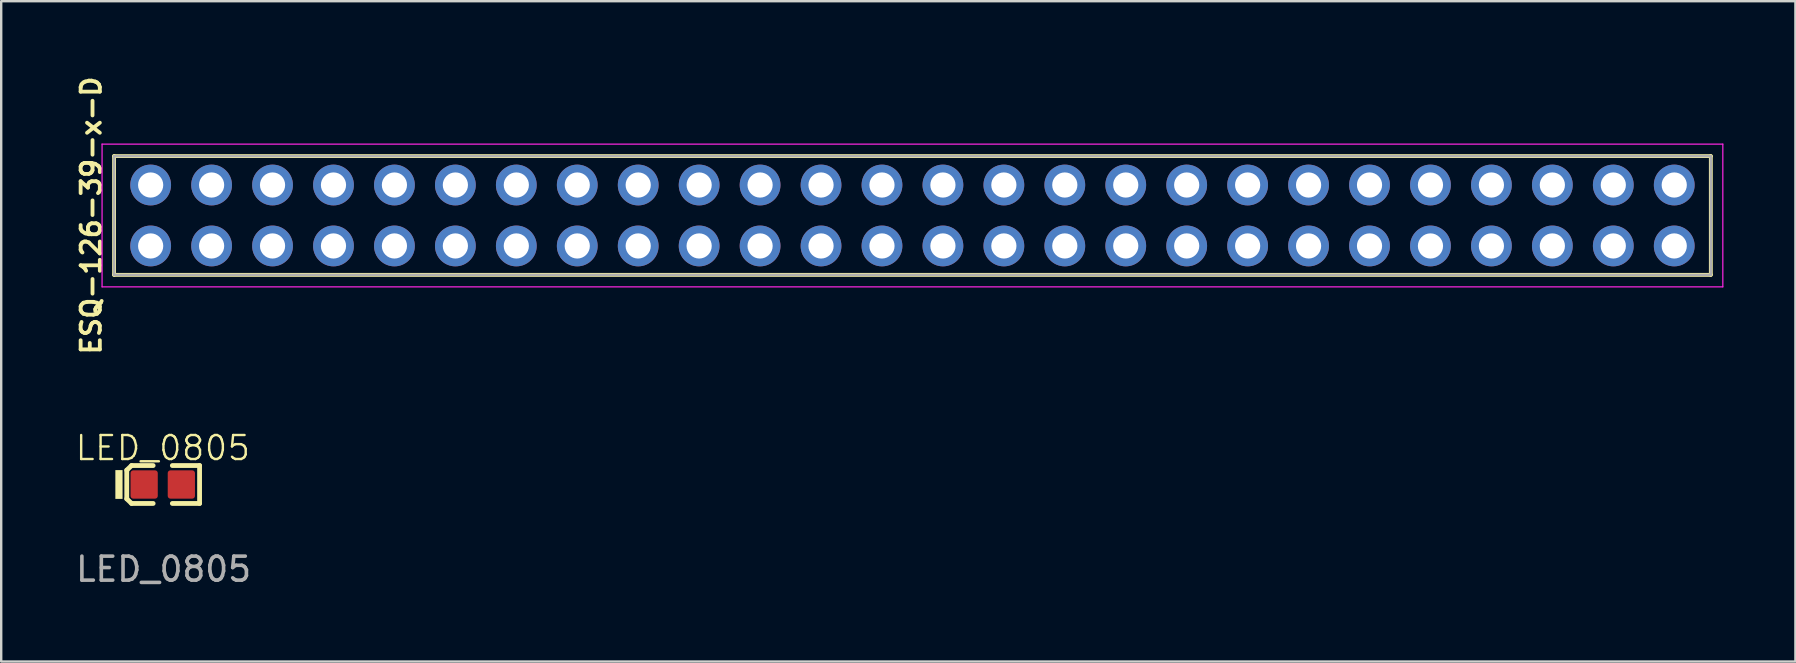
<source format=kicad_pcb>
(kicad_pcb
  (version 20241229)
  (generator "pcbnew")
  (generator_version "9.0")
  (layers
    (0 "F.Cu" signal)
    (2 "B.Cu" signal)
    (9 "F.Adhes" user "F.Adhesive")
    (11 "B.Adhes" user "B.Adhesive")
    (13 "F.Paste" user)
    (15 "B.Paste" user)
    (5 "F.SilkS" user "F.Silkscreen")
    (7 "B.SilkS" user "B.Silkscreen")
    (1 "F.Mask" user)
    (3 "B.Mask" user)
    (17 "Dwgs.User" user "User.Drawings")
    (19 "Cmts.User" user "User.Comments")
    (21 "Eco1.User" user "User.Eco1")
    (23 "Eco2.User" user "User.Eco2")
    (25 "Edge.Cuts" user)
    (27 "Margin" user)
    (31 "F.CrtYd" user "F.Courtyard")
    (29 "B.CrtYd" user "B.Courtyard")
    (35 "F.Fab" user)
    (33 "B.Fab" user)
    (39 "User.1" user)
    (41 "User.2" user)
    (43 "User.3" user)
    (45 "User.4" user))
  (footprint "LED_0805"
    (layer "F.Cu")
    (at 3.738 17.143)
    (property "Reference" "LED_0805" (at 0 -1.52 0) (unlocked yes) (layer "F.SilkS") (effects (font (size 1 1) (thickness 0.1))))
    (attr smd)
    (fp_line (start -1.505 -0.597) (end -1.305 -0.79) (stroke (width 0.2) (type solid)) (layer "F.SilkS"))
    (fp_line (start -1.505 0.597) (end -1.505 -0.597) (stroke (width 0.2) (type solid)) (layer "F.SilkS"))
    (fp_line (start -1.505 0.597) (end -1.305 0.79) (stroke (width 0.2) (type solid)) (layer "F.SilkS"))
    (fp_line (start -1.305 -0.79) (end -0.405 -0.79) (stroke (width 0.2) (type solid)) (layer "F.SilkS"))
    (fp_line (start -1.305 0.79) (end -0.405 0.79) (stroke (width 0.2) (type solid)) (layer "F.SilkS"))
    (fp_line (start 0.395 -0.79) (end 1.53 -0.79) (stroke (width 0.2) (type solid)) (layer "F.SilkS"))
    (fp_line (start 0.395 0.79) (end 1.53 0.79) (stroke (width 0.2) (type solid)) (layer "F.SilkS"))
    (fp_line (start 1.53 0.79) (end 1.53 -0.79) (stroke (width 0.2) (type solid)) (layer "F.SilkS"))
    (fp_poly (pts (xy -1.98 0.6) (xy -1.68 0.6) (xy -1.68 -0.6) (xy -1.98 -0.6)) (stroke (width 0) (type solid)) (fill yes) (layer "F.SilkS"))
    (fp_text user "${REFERENCE}" (at 0.03 3.53 0) (unlocked yes) (layer "F.Fab") (effects (font (size 1 1) (thickness 0.15))))
    (pad "1" smd roundrect (at -0.78 0) (size 1.135 1.18) (layers "F.Cu" "F.Mask" "F.Paste") (roundrect_rratio 0.1))
    (pad "2" smd roundrect (at 0.77 0) (size 1.135 1.18) (layers "F.Cu" "F.Mask" "F.Paste") (roundrect_rratio 0.1)))
  (footprint "ESQ-126-39-x-D"
    (layer "F.Cu")
    (at 3.229 7.201)
    (property "Reference" "ESQ-126-39-x-D" (at -2.48 -1.27 90) (layer "F.SilkS") (effects (font (size 0.8 0.8) (thickness 0.16))))
    (attr through_hole)
    (fp_line (start -1.525 -3.745) (end -1.525 1.205) (stroke (width 0.16) (type solid)) (layer "F.SilkS"))
    (fp_line (start -1.525 -3.745) (end 65.025 -3.745) (stroke (width 0.16) (type solid)) (layer "F.SilkS"))
    (fp_line (start -1.525 1.205) (end 65.025 1.205) (stroke (width 0.16) (type solid)) (layer "F.SilkS"))
    (fp_line (start 65.025 -3.745) (end 65.025 1.205) (stroke (width 0.16) (type solid)) (layer "F.SilkS"))
    (fp_line (start -2.025 -4.245) (end -2.025 1.705) (stroke (width 0.05) (type solid)) (layer "F.CrtYd"))
    (fp_line (start -2.025 -4.245) (end 65.525 -4.245) (stroke (width 0.05) (type solid)) (layer "F.CrtYd"))
    (fp_line (start 65.525 1.705) (end -2.025 1.705) (stroke (width 0.05) (type solid)) (layer "F.CrtYd"))
    (fp_line (start 65.525 1.705) (end 65.525 -4.245) (stroke (width 0.05) (type solid)) (layer "F.CrtYd"))
    (fp_line (start -1.525 -3.745) (end 65.025 -3.745) (stroke (width 0.1) (type solid)) (layer "F.Fab"))
    (fp_line (start -1.525 1.205) (end -1.525 -3.745) (stroke (width 0.1) (type solid)) (layer "F.Fab"))
    (fp_line (start 65.025 -3.745) (end 65.025 1.205) (stroke (width 0.1) (type solid)) (layer "F.Fab"))
    (fp_line (start 65.025 1.205) (end -1.525 1.205) (stroke (width 0.1) (type solid)) (layer "F.Fab"))
    (pad "1" thru_hole circle (at 0 0) (size 1.7 1.7) (drill 1.05) (layers "*.Cu" "*.Mask"))
    (pad "2" thru_hole circle (at 0 -2.54) (size 1.7 1.7) (drill 1.05) (layers "*.Cu" "*.Mask"))
    (pad "3" thru_hole circle (at 2.54 0) (size 1.7 1.7) (drill 1.05) (layers "*.Cu" "*.Mask"))
    (pad "4" thru_hole circle (at 2.54 -2.54) (size 1.7 1.7) (drill 1.05) (layers "*.Cu" "*.Mask"))
    (pad "5" thru_hole circle (at 5.08 0) (size 1.7 1.7) (drill 1.05) (layers "*.Cu" "*.Mask"))
    (pad "6" thru_hole circle (at 5.08 -2.54) (size 1.7 1.7) (drill 1.05) (layers "*.Cu" "*.Mask"))
    (pad "7" thru_hole circle (at 7.62 0) (size 1.7 1.7) (drill 1.05) (layers "*.Cu" "*.Mask"))
    (pad "8" thru_hole circle (at 7.62 -2.54) (size 1.7 1.7) (drill 1.05) (layers "*.Cu" "*.Mask"))
    (pad "9" thru_hole circle (at 10.16 0) (size 1.7 1.7) (drill 1.05) (layers "*.Cu" "*.Mask"))
    (pad "10" thru_hole circle (at 10.16 -2.54) (size 1.7 1.7) (drill 1.05) (layers "*.Cu" "*.Mask"))
    (pad "11" thru_hole circle (at 12.7 0) (size 1.7 1.7) (drill 1.05) (layers "*.Cu" "*.Mask"))
    (pad "12" thru_hole circle (at 12.7 -2.54) (size 1.7 1.7) (drill 1.05) (layers "*.Cu" "*.Mask"))
    (pad "13" thru_hole circle (at 15.24 0) (size 1.7 1.7) (drill 1.05) (layers "*.Cu" "*.Mask"))
    (pad "14" thru_hole circle (at 15.24 -2.54) (size 1.7 1.7) (drill 1.05) (layers "*.Cu" "*.Mask"))
    (pad "15" thru_hole circle (at 17.78 0) (size 1.7 1.7) (drill 1.05) (layers "*.Cu" "*.Mask"))
    (pad "16" thru_hole circle (at 17.78 -2.54) (size 1.7 1.7) (drill 1.05) (layers "*.Cu" "*.Mask"))
    (pad "17" thru_hole circle (at 20.32 0) (size 1.7 1.7) (drill 1.05) (layers "*.Cu" "*.Mask"))
    (pad "18" thru_hole circle (at 20.32 -2.54) (size 1.7 1.7) (drill 1.05) (layers "*.Cu" "*.Mask"))
    (pad "19" thru_hole circle (at 22.86 0) (size 1.7 1.7) (drill 1.05) (layers "*.Cu" "*.Mask"))
    (pad "20" thru_hole circle (at 22.86 -2.54) (size 1.7 1.7) (drill 1.05) (layers "*.Cu" "*.Mask"))
    (pad "21" thru_hole circle (at 25.4 0) (size 1.7 1.7) (drill 1.05) (layers "*.Cu" "*.Mask"))
    (pad "22" thru_hole circle (at 25.4 -2.54) (size 1.7 1.7) (drill 1.05) (layers "*.Cu" "*.Mask"))
    (pad "23" thru_hole circle (at 27.94 0) (size 1.7 1.7) (drill 1.05) (layers "*.Cu" "*.Mask"))
    (pad "24" thru_hole circle (at 27.94 -2.54) (size 1.7 1.7) (drill 1.05) (layers "*.Cu" "*.Mask"))
    (pad "25" thru_hole circle (at 30.48 0) (size 1.7 1.7) (drill 1.05) (layers "*.Cu" "*.Mask"))
    (pad "26" thru_hole circle (at 30.48 -2.54) (size 1.7 1.7) (drill 1.05) (layers "*.Cu" "*.Mask"))
    (pad "27" thru_hole circle (at 33.02 0) (size 1.7 1.7) (drill 1.05) (layers "*.Cu" "*.Mask"))
    (pad "28" thru_hole circle (at 33.02 -2.54) (size 1.7 1.7) (drill 1.05) (layers "*.Cu" "*.Mask"))
    (pad "29" thru_hole circle (at 35.56 0) (size 1.7 1.7) (drill 1.05) (layers "*.Cu" "*.Mask"))
    (pad "30" thru_hole circle (at 35.56 -2.54) (size 1.7 1.7) (drill 1.05) (layers "*.Cu" "*.Mask"))
    (pad "31" thru_hole circle (at 38.1 0) (size 1.7 1.7) (drill 1.05) (layers "*.Cu" "*.Mask"))
    (pad "32" thru_hole circle (at 38.1 -2.54) (size 1.7 1.7) (drill 1.05) (layers "*.Cu" "*.Mask"))
    (pad "33" thru_hole circle (at 40.64 0) (size 1.7 1.7) (drill 1.05) (layers "*.Cu" "*.Mask"))
    (pad "34" thru_hole circle (at 40.64 -2.54) (size 1.7 1.7) (drill 1.05) (layers "*.Cu" "*.Mask"))
    (pad "35" thru_hole circle (at 43.18 0) (size 1.7 1.7) (drill 1.05) (layers "*.Cu" "*.Mask"))
    (pad "36" thru_hole circle (at 43.18 -2.54) (size 1.7 1.7) (drill 1.05) (layers "*.Cu" "*.Mask"))
    (pad "37" thru_hole circle (at 45.72 0) (size 1.7 1.7) (drill 1.05) (layers "*.Cu" "*.Mask"))
    (pad "38" thru_hole circle (at 45.72 -2.54) (size 1.7 1.7) (drill 1.05) (layers "*.Cu" "*.Mask"))
    (pad "39" thru_hole circle (at 48.26 0) (size 1.7 1.7) (drill 1.05) (layers "*.Cu" "*.Mask"))
    (pad "40" thru_hole circle (at 48.26 -2.54) (size 1.7 1.7) (drill 1.05) (layers "*.Cu" "*.Mask"))
    (pad "41" thru_hole circle (at 50.8 0) (size 1.7 1.7) (drill 1.05) (layers "*.Cu" "*.Mask"))
    (pad "42" thru_hole circle (at 50.8 -2.54) (size 1.7 1.7) (drill 1.05) (layers "*.Cu" "*.Mask"))
    (pad "43" thru_hole circle (at 53.34 0) (size 1.7 1.7) (drill 1.05) (layers "*.Cu" "*.Mask"))
    (pad "44" thru_hole circle (at 53.34 -2.54) (size 1.7 1.7) (drill 1.05) (layers "*.Cu" "*.Mask"))
    (pad "45" thru_hole circle (at 55.88 0) (size 1.7 1.7) (drill 1.05) (layers "*.Cu" "*.Mask"))
    (pad "46" thru_hole circle (at 55.88 -2.54) (size 1.7 1.7) (drill 1.05) (layers "*.Cu" "*.Mask"))
    (pad "47" thru_hole circle (at 58.42 0) (size 1.7 1.7) (drill 1.05) (layers "*.Cu" "*.Mask"))
    (pad "48" thru_hole circle (at 58.42 -2.54) (size 1.7 1.7) (drill 1.05) (layers "*.Cu" "*.Mask"))
    (pad "49" thru_hole circle (at 60.96 0) (size 1.7 1.7) (drill 1.05) (layers "*.Cu" "*.Mask"))
    (pad "50" thru_hole circle (at 60.96 -2.54) (size 1.7 1.7) (drill 1.05) (layers "*.Cu" "*.Mask"))
    (pad "51" thru_hole circle (at 63.5 0) (size 1.7 1.7) (drill 1.05) (layers "*.Cu" "*.Mask"))
    (pad "52" thru_hole circle (at 63.5 -2.54) (size 1.7 1.7) (drill 1.05) (layers "*.Cu" "*.Mask")))
  (gr_rect
    (start -3 -3)
    (end 71.779 24.522)
    (stroke (width 0.1) (type default))
    (fill no)
    (layer "Edge.Cuts")))
</source>
